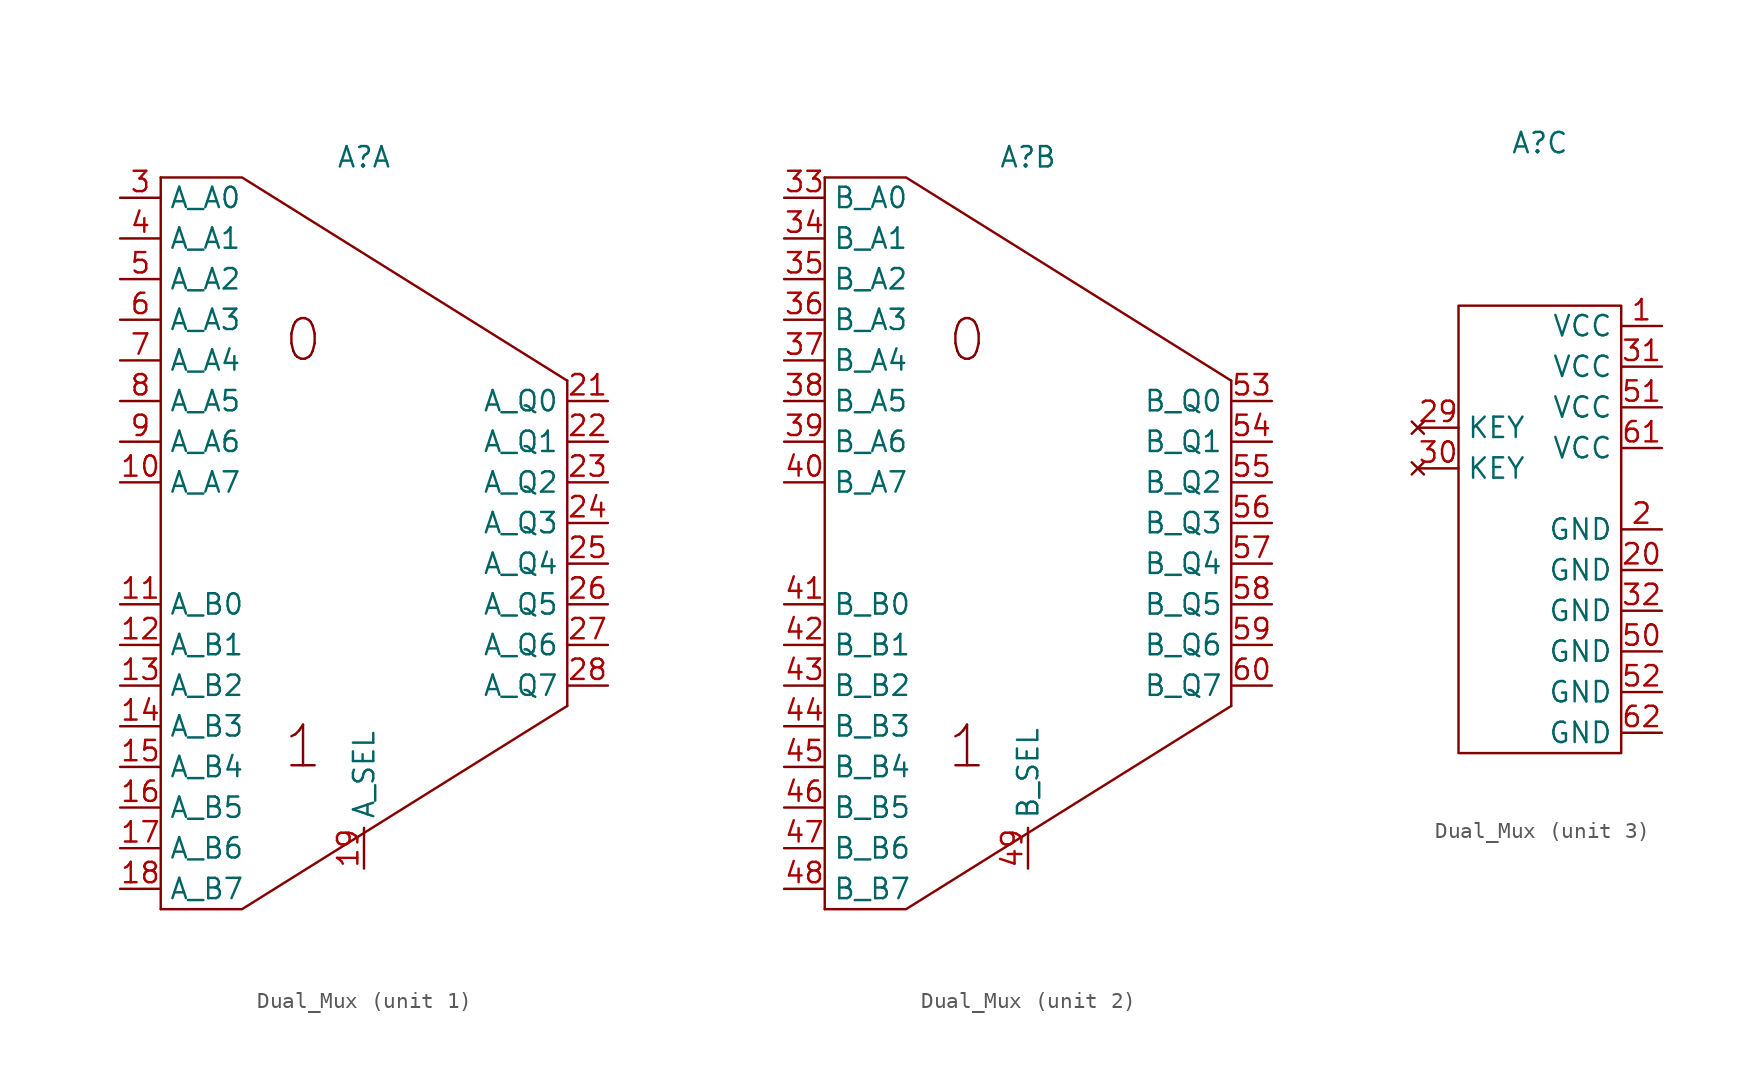
<source format=kicad_sym>
(kicad_symbol_lib
  (version 20231120)
  (generator "kicad_symbol_editor")
  (generator_version "8.0")
  (symbol "Dual_Mux"
    (property "Reference" "A"
      (at 0 24.13 0)
      (effects (font (size 1.27 1.27))))
    (property "Value" ""
      (at 6.35 0 0)
      (effects (font (size 1.27 1.27))))
    (property "ki_locked" ""
      (at 0 0 0)
      (effects (font (size 1.27 1.27))))
    (symbol "Dual_Mux_1_1"
      (polyline (pts (xy -12.7 22.86) (xy -12.7 -22.86)) (stroke (width 0) (type default)) (fill (type none)))
      (polyline (pts (xy 12.7 10.16) (xy 12.7 -10.16)) (stroke (width 0) (type default)) (fill (type none)))
      (polyline (pts (xy 12.7 -10.16) (xy -7.62 -22.86) (xy -12.7 -22.86)) (stroke (width 0) (type default)) (fill (type none)))
      (polyline (pts (xy 12.7 10.16) (xy -7.62 22.86) (xy -12.7 22.86)) (stroke (width 0) (type default)) (fill (type none)))
      (text "0" (at -3.81 12.7 0) (effects (font (size 2.54 2.54))))
      (text "1" (at -3.81 -12.7 0) (effects (font (size 2.54 2.54))))
      (pin input line (at -15.24 3.81 0) (length 2.54) (name "A_A7" (effects (font (size 1.27 1.27)))) (number "10" (effects (font (size 1.27 1.27)))))
      (pin input line (at -15.24 -3.81 0) (length 2.54) (name "A_B0" (effects (font (size 1.27 1.27)))) (number "11" (effects (font (size 1.27 1.27)))))
      (pin input line (at -15.24 -6.35 0) (length 2.54) (name "A_B1" (effects (font (size 1.27 1.27)))) (number "12" (effects (font (size 1.27 1.27)))))
      (pin input line (at -15.24 -8.89 0) (length 2.54) (name "A_B2" (effects (font (size 1.27 1.27)))) (number "13" (effects (font (size 1.27 1.27)))))
      (pin input line (at -15.24 -11.43 0) (length 2.54) (name "A_B3" (effects (font (size 1.27 1.27)))) (number "14" (effects (font (size 1.27 1.27)))))
      (pin input line (at -15.24 -13.97 0) (length 2.54) (name "A_B4" (effects (font (size 1.27 1.27)))) (number "15" (effects (font (size 1.27 1.27)))))
      (pin input line (at -15.24 -16.51 0) (length 2.54) (name "A_B5" (effects (font (size 1.27 1.27)))) (number "16" (effects (font (size 1.27 1.27)))))
      (pin input line (at -15.24 -19.05 0) (length 2.54) (name "A_B6" (effects (font (size 1.27 1.27)))) (number "17" (effects (font (size 1.27 1.27)))))
      (pin input line (at -15.24 -21.59 0) (length 2.54) (name "A_B7" (effects (font (size 1.27 1.27)))) (number "18" (effects (font (size 1.27 1.27)))))
      (pin input line (at 0 -20.32 90) (length 2.54) (name "A_SEL" (effects (font (size 1.27 1.27)))) (number "19" (effects (font (size 1.27 1.27)))))
      (pin output line (at 15.24 8.89 180) (length 2.54) (name "A_Q0" (effects (font (size 1.27 1.27)))) (number "21" (effects (font (size 1.27 1.27)))))
      (pin output line (at 15.24 6.35 180) (length 2.54) (name "A_Q1" (effects (font (size 1.27 1.27)))) (number "22" (effects (font (size 1.27 1.27)))))
      (pin output line (at 15.24 3.81 180) (length 2.54) (name "A_Q2" (effects (font (size 1.27 1.27)))) (number "23" (effects (font (size 1.27 1.27)))))
      (pin output line (at 15.24 1.27 180) (length 2.54) (name "A_Q3" (effects (font (size 1.27 1.27)))) (number "24" (effects (font (size 1.27 1.27)))))
      (pin output line (at 15.24 -1.27 180) (length 2.54) (name "A_Q4" (effects (font (size 1.27 1.27)))) (number "25" (effects (font (size 1.27 1.27)))))
      (pin output line (at 15.24 -3.81 180) (length 2.54) (name "A_Q5" (effects (font (size 1.27 1.27)))) (number "26" (effects (font (size 1.27 1.27)))))
      (pin output line (at 15.24 -6.35 180) (length 2.54) (name "A_Q6" (effects (font (size 1.27 1.27)))) (number "27" (effects (font (size 1.27 1.27)))))
      (pin output line (at 15.24 -8.89 180) (length 2.54) (name "A_Q7" (effects (font (size 1.27 1.27)))) (number "28" (effects (font (size 1.27 1.27)))))
      (pin input line (at -15.24 21.59 0) (length 2.54) (name "A_A0" (effects (font (size 1.27 1.27)))) (number "3" (effects (font (size 1.27 1.27)))))
      (pin input line (at -15.24 19.05 0) (length 2.54) (name "A_A1" (effects (font (size 1.27 1.27)))) (number "4" (effects (font (size 1.27 1.27)))))
      (pin input line (at -15.24 16.51 0) (length 2.54) (name "A_A2" (effects (font (size 1.27 1.27)))) (number "5" (effects (font (size 1.27 1.27)))))
      (pin input line (at -15.24 13.97 0) (length 2.54) (name "A_A3" (effects (font (size 1.27 1.27)))) (number "6" (effects (font (size 1.27 1.27)))))
      (pin input line (at -15.24 11.43 0) (length 2.54) (name "A_A4" (effects (font (size 1.27 1.27)))) (number "7" (effects (font (size 1.27 1.27)))))
      (pin input line (at -15.24 8.89 0) (length 2.54) (name "A_A5" (effects (font (size 1.27 1.27)))) (number "8" (effects (font (size 1.27 1.27)))))
      (pin input line (at -15.24 6.35 0) (length 2.54) (name "A_A6" (effects (font (size 1.27 1.27)))) (number "9" (effects (font (size 1.27 1.27))))))
    (symbol "Dual_Mux_2_1"
      (polyline (pts (xy -12.7 22.86) (xy -12.7 -22.86)) (stroke (width 0) (type default)) (fill (type none)))
      (polyline (pts (xy 12.7 10.16) (xy 12.7 -10.16)) (stroke (width 0) (type default)) (fill (type none)))
      (polyline (pts (xy 12.7 -10.16) (xy -7.62 -22.86) (xy -12.7 -22.86)) (stroke (width 0) (type default)) (fill (type none)))
      (polyline (pts (xy 12.7 10.16) (xy -7.62 22.86) (xy -12.7 22.86)) (stroke (width 0) (type default)) (fill (type none)))
      (text "0" (at -3.81 12.7 0) (effects (font (size 2.54 2.54))))
      (text "1" (at -3.81 -12.7 0) (effects (font (size 2.54 2.54))))
      (pin input line (at -15.24 21.59 0) (length 2.54) (name "B_A0" (effects (font (size 1.27 1.27)))) (number "33" (effects (font (size 1.27 1.27)))))
      (pin input line (at -15.24 19.05 0) (length 2.54) (name "B_A1" (effects (font (size 1.27 1.27)))) (number "34" (effects (font (size 1.27 1.27)))))
      (pin input line (at -15.24 16.51 0) (length 2.54) (name "B_A2" (effects (font (size 1.27 1.27)))) (number "35" (effects (font (size 1.27 1.27)))))
      (pin input line (at -15.24 13.97 0) (length 2.54) (name "B_A3" (effects (font (size 1.27 1.27)))) (number "36" (effects (font (size 1.27 1.27)))))
      (pin input line (at -15.24 11.43 0) (length 2.54) (name "B_A4" (effects (font (size 1.27 1.27)))) (number "37" (effects (font (size 1.27 1.27)))))
      (pin input line (at -15.24 8.89 0) (length 2.54) (name "B_A5" (effects (font (size 1.27 1.27)))) (number "38" (effects (font (size 1.27 1.27)))))
      (pin input line (at -15.24 6.35 0) (length 2.54) (name "B_A6" (effects (font (size 1.27 1.27)))) (number "39" (effects (font (size 1.27 1.27)))))
      (pin input line (at -15.24 3.81 0) (length 2.54) (name "B_A7" (effects (font (size 1.27 1.27)))) (number "40" (effects (font (size 1.27 1.27)))))
      (pin input line (at -15.24 -3.81 0) (length 2.54) (name "B_B0" (effects (font (size 1.27 1.27)))) (number "41" (effects (font (size 1.27 1.27)))))
      (pin input line (at -15.24 -6.35 0) (length 2.54) (name "B_B1" (effects (font (size 1.27 1.27)))) (number "42" (effects (font (size 1.27 1.27)))))
      (pin input line (at -15.24 -8.89 0) (length 2.54) (name "B_B2" (effects (font (size 1.27 1.27)))) (number "43" (effects (font (size 1.27 1.27)))))
      (pin input line (at -15.24 -11.43 0) (length 2.54) (name "B_B3" (effects (font (size 1.27 1.27)))) (number "44" (effects (font (size 1.27 1.27)))))
      (pin input line (at -15.24 -13.97 0) (length 2.54) (name "B_B4" (effects (font (size 1.27 1.27)))) (number "45" (effects (font (size 1.27 1.27)))))
      (pin input line (at -15.24 -16.51 0) (length 2.54) (name "B_B5" (effects (font (size 1.27 1.27)))) (number "46" (effects (font (size 1.27 1.27)))))
      (pin input line (at -15.24 -19.05 0) (length 2.54) (name "B_B6" (effects (font (size 1.27 1.27)))) (number "47" (effects (font (size 1.27 1.27)))))
      (pin input line (at -15.24 -21.59 0) (length 2.54) (name "B_B7" (effects (font (size 1.27 1.27)))) (number "48" (effects (font (size 1.27 1.27)))))
      (pin input line (at 0 -20.32 90) (length 2.54) (name "B_SEL" (effects (font (size 1.27 1.27)))) (number "49" (effects (font (size 1.27 1.27)))))
      (pin output line (at 15.24 8.89 180) (length 2.54) (name "B_Q0" (effects (font (size 1.27 1.27)))) (number "53" (effects (font (size 1.27 1.27)))))
      (pin output line (at 15.24 6.35 180) (length 2.54) (name "B_Q1" (effects (font (size 1.27 1.27)))) (number "54" (effects (font (size 1.27 1.27)))))
      (pin output line (at 15.24 3.81 180) (length 2.54) (name "B_Q2" (effects (font (size 1.27 1.27)))) (number "55" (effects (font (size 1.27 1.27)))))
      (pin output line (at 15.24 1.27 180) (length 2.54) (name "B_Q3" (effects (font (size 1.27 1.27)))) (number "56" (effects (font (size 1.27 1.27)))))
      (pin output line (at 15.24 -1.27 180) (length 2.54) (name "B_Q4" (effects (font (size 1.27 1.27)))) (number "57" (effects (font (size 1.27 1.27)))))
      (pin output line (at 15.24 -3.81 180) (length 2.54) (name "B_Q5" (effects (font (size 1.27 1.27)))) (number "58" (effects (font (size 1.27 1.27)))))
      (pin output line (at 15.24 -6.35 180) (length 2.54) (name "B_Q6" (effects (font (size 1.27 1.27)))) (number "59" (effects (font (size 1.27 1.27)))))
      (pin output line (at 15.24 -8.89 180) (length 2.54) (name "B_Q7" (effects (font (size 1.27 1.27)))) (number "60" (effects (font (size 1.27 1.27))))))
    (symbol "Dual_Mux_3_1"
      (rectangle (start -5.08 13.97) (end 5.08 -13.97) (stroke (width 0) (type default)) (fill (type none)))
      (pin power_in line (at 7.62 12.7 180) (length 2.54) (name "VCC" (effects (font (size 1.27 1.27)))) (number "1" (effects (font (size 1.27 1.27)))))
      (pin power_in line (at 7.62 0 180) (length 2.54) (name "GND" (effects (font (size 1.27 1.27)))) (number "2" (effects (font (size 1.27 1.27)))))
      (pin power_in line (at 7.62 -2.54 180) (length 2.54) (name "GND" (effects (font (size 1.27 1.27)))) (number "20" (effects (font (size 1.27 1.27)))))
      (pin no_connect line (at -7.62 6.35 0) (length 2.54) (name "KEY" (effects (font (size 1.27 1.27)))) (number "29" (effects (font (size 1.27 1.27)))))
      (pin no_connect line (at -7.62 3.81 0) (length 2.54) (name "KEY" (effects (font (size 1.27 1.27)))) (number "30" (effects (font (size 1.27 1.27)))))
      (pin power_in line (at 7.62 10.16 180) (length 2.54) (name "VCC" (effects (font (size 1.27 1.27)))) (number "31" (effects (font (size 1.27 1.27)))))
      (pin power_in line (at 7.62 -5.08 180) (length 2.54) (name "GND" (effects (font (size 1.27 1.27)))) (number "32" (effects (font (size 1.27 1.27)))))
      (pin power_in line (at 7.62 -7.62 180) (length 2.54) (name "GND" (effects (font (size 1.27 1.27)))) (number "50" (effects (font (size 1.27 1.27)))))
      (pin power_in line (at 7.62 7.62 180) (length 2.54) (name "VCC" (effects (font (size 1.27 1.27)))) (number "51" (effects (font (size 1.27 1.27)))))
      (pin power_in line (at 7.62 -10.16 180) (length 2.54) (name "GND" (effects (font (size 1.27 1.27)))) (number "52" (effects (font (size 1.27 1.27)))))
      (pin power_in line (at 7.62 5.08 180) (length 2.54) (name "VCC" (effects (font (size 1.27 1.27)))) (number "61" (effects (font (size 1.27 1.27)))))
      (pin power_in line (at 7.62 -12.7 180) (length 2.54) (name "GND" (effects (font (size 1.27 1.27)))) (number "62" (effects (font (size 1.27 1.27))))))))
</source>
